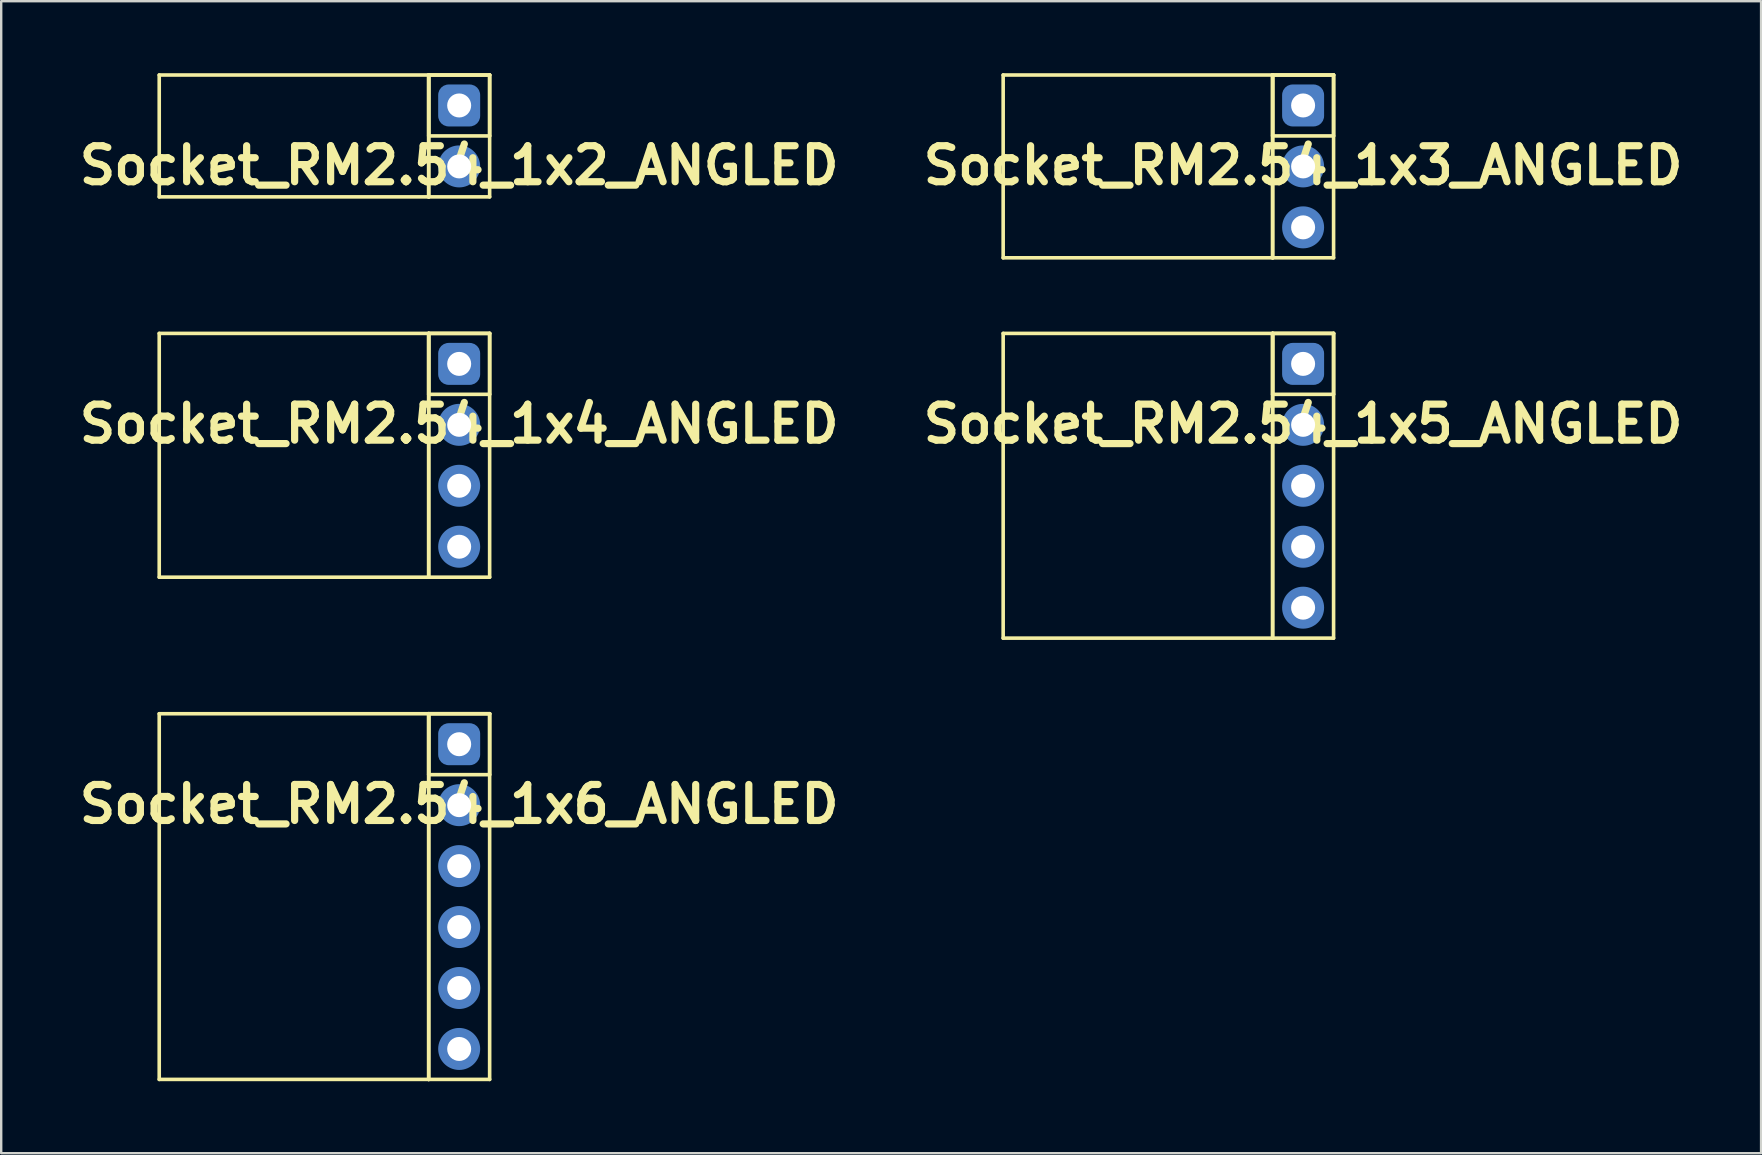
<source format=kicad_pcb>
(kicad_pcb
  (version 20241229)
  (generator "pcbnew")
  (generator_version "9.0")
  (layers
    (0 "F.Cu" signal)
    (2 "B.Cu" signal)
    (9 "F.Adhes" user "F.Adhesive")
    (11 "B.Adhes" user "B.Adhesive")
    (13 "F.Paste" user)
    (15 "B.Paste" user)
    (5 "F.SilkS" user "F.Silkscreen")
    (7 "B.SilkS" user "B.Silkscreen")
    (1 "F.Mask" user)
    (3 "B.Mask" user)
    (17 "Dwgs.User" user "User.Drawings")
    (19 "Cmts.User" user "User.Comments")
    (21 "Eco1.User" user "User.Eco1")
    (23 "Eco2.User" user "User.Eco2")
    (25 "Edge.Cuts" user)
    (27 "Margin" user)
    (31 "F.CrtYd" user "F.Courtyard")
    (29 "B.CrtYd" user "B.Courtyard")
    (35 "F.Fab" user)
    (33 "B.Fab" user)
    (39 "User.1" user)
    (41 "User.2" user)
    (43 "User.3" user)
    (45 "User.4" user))
  (footprint "Socket_RM2.54_1x4_ANGLED"
    (layer "F.Cu")
    (at 16.086 12.115)
    (property "Reference" "Socket_RM2.54_1x4_ANGLED" (at 0 2.5 0) (layer "F.SilkS") (effects (font (size 1.5 1.5) (thickness 0.3))))
    (attr through_hole)
    (fp_line (start -12.5 -1.27) (end -1.27 -1.27) (stroke (width 0.15) (type solid)) (layer "F.SilkS"))
    (fp_line (start -12.5 8.89) (end -12.5 -1.27) (stroke (width 0.15) (type solid)) (layer "F.SilkS"))
    (fp_line (start -1.27 -1.27) (end -1.27 8.89) (stroke (width 0.15) (type solid)) (layer "F.SilkS"))
    (fp_line (start -1.27 -1.27) (end 1.27 -1.27) (stroke (width 0.15) (type solid)) (layer "F.SilkS"))
    (fp_line (start -1.27 -1.27) (end 1.27 -1.27) (stroke (width 0.15) (type solid)) (layer "F.SilkS"))
    (fp_line (start -1.27 1.27) (end -1.27 -1.27) (stroke (width 0.15) (type solid)) (layer "F.SilkS"))
    (fp_line (start -1.27 8.89) (end -12.5 8.89) (stroke (width 0.15) (type solid)) (layer "F.SilkS"))
    (fp_line (start -1.27 8.89) (end -1.27 -1.27) (stroke (width 0.15) (type solid)) (layer "F.SilkS"))
    (fp_line (start 1.27 -1.27) (end 1.27 1.27) (stroke (width 0.15) (type solid)) (layer "F.SilkS"))
    (fp_line (start 1.27 -1.27) (end 1.27 8.89) (stroke (width 0.15) (type solid)) (layer "F.SilkS"))
    (fp_line (start 1.27 1.27) (end -1.27 1.27) (stroke (width 0.15) (type solid)) (layer "F.SilkS"))
    (fp_line (start 1.27 8.89) (end -1.27 8.89) (stroke (width 0.15) (type solid)) (layer "F.SilkS"))
    (pad "1" thru_hole circle (at 0 0) (size 1.3 1.3) (drill 1) (layers "*.Cu" "*.Mask"))
    (pad "1" smd roundrect (at 0 0) (size 1.5 1.5) (layers "F.Cu" "F.Mask") (roundrect_rratio 0.25))
    (pad "1" smd roundrect (at 0 0) (size 1.75 1.75) (layers "B.Cu" "B.Mask") (roundrect_rratio 0.25))
    (pad "2" thru_hole circle (at 0 2.54) (size 1.3 1.3) (drill 1) (layers "*.Cu" "*.Mask"))
    (pad "2" smd circle (at 0 2.54) (size 1.5 1.5) (layers "F.Cu" "F.Mask"))
    (pad "2" smd circle (at 0 2.54) (size 1.75 1.75) (layers "B.Cu" "B.Mask"))
    (pad "3" thru_hole circle (at 0 5.08) (size 1.3 1.3) (drill 1) (layers "*.Cu" "*.Mask"))
    (pad "3" smd circle (at 0 5.08) (size 1.5 1.5) (layers "F.Cu" "F.Mask"))
    (pad "3" smd circle (at 0 5.08) (size 1.75 1.75) (layers "B.Cu" "B.Mask"))
    (pad "4" thru_hole circle (at 0 7.62) (size 1.3 1.3) (drill 1) (layers "*.Cu" "*.Mask"))
    (pad "4" smd circle (at 0 7.62) (size 1.5 1.5) (layers "F.Cu" "F.Mask"))
    (pad "4" smd circle (at 0 7.62) (size 1.75 1.75) (layers "B.Cu" "B.Mask")))
  (footprint "Socket_RM2.54_1x6_ANGLED"
    (layer "F.Cu")
    (at 16.086 27.965)
    (property "Reference" "Socket_RM2.54_1x6_ANGLED" (at 0 2.5 0) (layer "F.SilkS") (effects (font (size 1.5 1.5) (thickness 0.3))))
    (attr through_hole)
    (fp_line (start -12.5 -1.27) (end -1.27 -1.27) (stroke (width 0.15) (type solid)) (layer "F.SilkS"))
    (fp_line (start -12.5 13.97) (end -12.5 -1.27) (stroke (width 0.15) (type solid)) (layer "F.SilkS"))
    (fp_line (start -1.27 -1.27) (end -1.27 13.97) (stroke (width 0.15) (type solid)) (layer "F.SilkS"))
    (fp_line (start -1.27 -1.27) (end 1.27 -1.27) (stroke (width 0.15) (type solid)) (layer "F.SilkS"))
    (fp_line (start -1.27 -1.27) (end 1.27 -1.27) (stroke (width 0.15) (type solid)) (layer "F.SilkS"))
    (fp_line (start -1.27 1.27) (end -1.27 -1.27) (stroke (width 0.15) (type solid)) (layer "F.SilkS"))
    (fp_line (start -1.27 13.97) (end -12.5 13.97) (stroke (width 0.15) (type solid)) (layer "F.SilkS"))
    (fp_line (start -1.27 13.97) (end -1.27 -1.27) (stroke (width 0.15) (type solid)) (layer "F.SilkS"))
    (fp_line (start 1.27 -1.27) (end 1.27 1.27) (stroke (width 0.15) (type solid)) (layer "F.SilkS"))
    (fp_line (start 1.27 -1.27) (end 1.27 13.97) (stroke (width 0.15) (type solid)) (layer "F.SilkS"))
    (fp_line (start 1.27 1.27) (end -1.27 1.27) (stroke (width 0.15) (type solid)) (layer "F.SilkS"))
    (fp_line (start 1.27 13.97) (end -1.27 13.97) (stroke (width 0.15) (type solid)) (layer "F.SilkS"))
    (pad "1" thru_hole circle (at 0 0) (size 1.3 1.3) (drill 1) (layers "*.Cu" "*.Mask"))
    (pad "1" smd roundrect (at 0 0) (size 1.5 1.5) (layers "F.Cu" "F.Mask") (roundrect_rratio 0.25))
    (pad "1" smd roundrect (at 0 0) (size 1.75 1.75) (layers "B.Cu" "B.Mask") (roundrect_rratio 0.25))
    (pad "2" thru_hole circle (at 0 2.54) (size 1.3 1.3) (drill 1) (layers "*.Cu" "*.Mask"))
    (pad "2" smd circle (at 0 2.54) (size 1.5 1.5) (layers "F.Cu" "F.Mask"))
    (pad "2" smd circle (at 0 2.54) (size 1.75 1.75) (layers "B.Cu" "B.Mask"))
    (pad "3" thru_hole circle (at 0 5.08) (size 1.3 1.3) (drill 1) (layers "*.Cu" "*.Mask"))
    (pad "3" smd circle (at 0 5.08) (size 1.5 1.5) (layers "F.Cu" "F.Mask"))
    (pad "3" smd circle (at 0 5.08) (size 1.75 1.75) (layers "B.Cu" "B.Mask"))
    (pad "4" thru_hole circle (at 0 7.62) (size 1.3 1.3) (drill 1) (layers "*.Cu" "*.Mask"))
    (pad "4" smd circle (at 0 7.62) (size 1.5 1.5) (layers "F.Cu" "F.Mask"))
    (pad "4" smd circle (at 0 7.62) (size 1.75 1.75) (layers "B.Cu" "B.Mask"))
    (pad "5" thru_hole circle (at 0 10.16) (size 1.3 1.3) (drill 1) (layers "*.Cu" "*.Mask"))
    (pad "5" smd circle (at 0 10.16) (size 1.5 1.5) (layers "F.Cu" "F.Mask"))
    (pad "5" smd circle (at 0 10.16) (size 1.75 1.75) (layers "B.Cu" "B.Mask"))
    (pad "6" thru_hole circle (at 0 12.7) (size 1.3 1.3) (drill 1) (layers "*.Cu" "*.Mask"))
    (pad "6" smd circle (at 0 12.7) (size 1.5 1.5) (layers "F.Cu" "F.Mask"))
    (pad "6" smd circle (at 0 12.7) (size 1.75 1.75) (layers "B.Cu" "B.Mask")))
  (footprint "Socket_RM2.54_1x2_ANGLED"
    (layer "F.Cu")
    (at 16.086 1.345)
    (property "Reference" "Socket_RM2.54_1x2_ANGLED" (at 0 2.5 0) (layer "F.SilkS") (effects (font (size 1.5 1.5) (thickness 0.3))))
    (attr through_hole)
    (fp_line (start -12.5 -1.27) (end -1.27 -1.27) (stroke (width 0.15) (type solid)) (layer "F.SilkS"))
    (fp_line (start -12.5 3.81) (end -12.5 -1.27) (stroke (width 0.15) (type solid)) (layer "F.SilkS"))
    (fp_line (start -1.27 -1.27) (end -1.27 3.81) (stroke (width 0.15) (type solid)) (layer "F.SilkS"))
    (fp_line (start -1.27 -1.27) (end 1.27 -1.27) (stroke (width 0.15) (type solid)) (layer "F.SilkS"))
    (fp_line (start -1.27 -1.27) (end 1.27 -1.27) (stroke (width 0.15) (type solid)) (layer "F.SilkS"))
    (fp_line (start -1.27 1.27) (end -1.27 -1.27) (stroke (width 0.15) (type solid)) (layer "F.SilkS"))
    (fp_line (start -1.27 3.81) (end -12.5 3.81) (stroke (width 0.15) (type solid)) (layer "F.SilkS"))
    (fp_line (start -1.27 3.81) (end -1.27 -1.27) (stroke (width 0.15) (type solid)) (layer "F.SilkS"))
    (fp_line (start 1.27 -1.27) (end 1.27 1.27) (stroke (width 0.15) (type solid)) (layer "F.SilkS"))
    (fp_line (start 1.27 -1.27) (end 1.27 3.81) (stroke (width 0.15) (type solid)) (layer "F.SilkS"))
    (fp_line (start 1.27 1.27) (end -1.27 1.27) (stroke (width 0.15) (type solid)) (layer "F.SilkS"))
    (fp_line (start 1.27 3.81) (end -1.27 3.81) (stroke (width 0.15) (type solid)) (layer "F.SilkS"))
    (pad "1" thru_hole circle (at 0 0) (size 1.3 1.3) (drill 1) (layers "*.Cu" "*.Mask"))
    (pad "1" smd roundrect (at 0 0) (size 1.5 1.5) (layers "F.Cu" "F.Mask") (roundrect_rratio 0.25))
    (pad "1" smd roundrect (at 0 0) (size 1.75 1.75) (layers "B.Cu" "B.Mask") (roundrect_rratio 0.25))
    (pad "2" thru_hole circle (at 0 2.54) (size 1.3 1.3) (drill 1) (layers "*.Cu" "*.Mask"))
    (pad "2" smd circle (at 0 2.54) (size 1.5 1.5) (layers "F.Cu" "F.Mask"))
    (pad "2" smd circle (at 0 2.54) (size 1.75 1.75) (layers "B.Cu" "B.Mask")))
  (footprint "Socket_RM2.54_1x3_ANGLED"
    (layer "F.Cu")
    (at 51.257 1.345)
    (property "Reference" "Socket_RM2.54_1x3_ANGLED" (at 0 2.5 0) (layer "F.SilkS") (effects (font (size 1.5 1.5) (thickness 0.3))))
    (attr through_hole)
    (fp_line (start -12.5 -1.27) (end -1.27 -1.27) (stroke (width 0.15) (type solid)) (layer "F.SilkS"))
    (fp_line (start -12.5 6.35) (end -12.5 -1.27) (stroke (width 0.15) (type solid)) (layer "F.SilkS"))
    (fp_line (start -1.27 -1.27) (end -1.27 6.35) (stroke (width 0.15) (type solid)) (layer "F.SilkS"))
    (fp_line (start -1.27 -1.27) (end 1.27 -1.27) (stroke (width 0.15) (type solid)) (layer "F.SilkS"))
    (fp_line (start -1.27 -1.27) (end 1.27 -1.27) (stroke (width 0.15) (type solid)) (layer "F.SilkS"))
    (fp_line (start -1.27 1.27) (end -1.27 -1.27) (stroke (width 0.15) (type solid)) (layer "F.SilkS"))
    (fp_line (start -1.27 6.35) (end -12.5 6.35) (stroke (width 0.15) (type solid)) (layer "F.SilkS"))
    (fp_line (start -1.27 6.35) (end -1.27 -1.27) (stroke (width 0.15) (type solid)) (layer "F.SilkS"))
    (fp_line (start 1.27 -1.27) (end 1.27 1.27) (stroke (width 0.15) (type solid)) (layer "F.SilkS"))
    (fp_line (start 1.27 -1.27) (end 1.27 6.35) (stroke (width 0.15) (type solid)) (layer "F.SilkS"))
    (fp_line (start 1.27 1.27) (end -1.27 1.27) (stroke (width 0.15) (type solid)) (layer "F.SilkS"))
    (fp_line (start 1.27 6.35) (end -1.27 6.35) (stroke (width 0.15) (type solid)) (layer "F.SilkS"))
    (pad "1" thru_hole circle (at 0 0) (size 1.3 1.3) (drill 1) (layers "*.Cu" "*.Mask"))
    (pad "1" smd roundrect (at 0 0) (size 1.5 1.5) (layers "F.Cu" "F.Mask") (roundrect_rratio 0.25))
    (pad "1" smd roundrect (at 0 0) (size 1.75 1.75) (layers "B.Cu" "B.Mask") (roundrect_rratio 0.25))
    (pad "2" thru_hole circle (at 0 2.54) (size 1.3 1.3) (drill 1) (layers "*.Cu" "*.Mask"))
    (pad "2" smd circle (at 0 2.54) (size 1.5 1.5) (layers "F.Cu" "F.Mask"))
    (pad "2" smd circle (at 0 2.54) (size 1.75 1.75) (layers "B.Cu" "B.Mask"))
    (pad "3" thru_hole circle (at 0 5.08) (size 1.3 1.3) (drill 1) (layers "*.Cu" "*.Mask"))
    (pad "3" smd circle (at 0 5.08) (size 1.5 1.5) (layers "F.Cu" "F.Mask"))
    (pad "3" smd circle (at 0 5.08) (size 1.75 1.75) (layers "B.Cu" "B.Mask")))
  (footprint "Socket_RM2.54_1x5_ANGLED"
    (layer "F.Cu")
    (at 51.257 12.115)
    (property "Reference" "Socket_RM2.54_1x5_ANGLED" (at 0 2.5 0) (layer "F.SilkS") (effects (font (size 1.5 1.5) (thickness 0.3))))
    (attr through_hole)
    (fp_line (start -12.5 -1.27) (end -1.27 -1.27) (stroke (width 0.15) (type solid)) (layer "F.SilkS"))
    (fp_line (start -12.5 11.43) (end -12.5 -1.27) (stroke (width 0.15) (type solid)) (layer "F.SilkS"))
    (fp_line (start -1.27 -1.27) (end -1.27 11.43) (stroke (width 0.15) (type solid)) (layer "F.SilkS"))
    (fp_line (start -1.27 -1.27) (end 1.27 -1.27) (stroke (width 0.15) (type solid)) (layer "F.SilkS"))
    (fp_line (start -1.27 -1.27) (end 1.27 -1.27) (stroke (width 0.15) (type solid)) (layer "F.SilkS"))
    (fp_line (start -1.27 1.27) (end -1.27 -1.27) (stroke (width 0.15) (type solid)) (layer "F.SilkS"))
    (fp_line (start -1.27 11.43) (end -12.5 11.43) (stroke (width 0.15) (type solid)) (layer "F.SilkS"))
    (fp_line (start -1.27 11.43) (end -1.27 -1.27) (stroke (width 0.15) (type solid)) (layer "F.SilkS"))
    (fp_line (start 1.27 -1.27) (end 1.27 1.27) (stroke (width 0.15) (type solid)) (layer "F.SilkS"))
    (fp_line (start 1.27 -1.27) (end 1.27 11.43) (stroke (width 0.15) (type solid)) (layer "F.SilkS"))
    (fp_line (start 1.27 1.27) (end -1.27 1.27) (stroke (width 0.15) (type solid)) (layer "F.SilkS"))
    (fp_line (start 1.27 11.43) (end -1.27 11.43) (stroke (width 0.15) (type solid)) (layer "F.SilkS"))
    (pad "1" thru_hole circle (at 0 0) (size 1.3 1.3) (drill 1) (layers "*.Cu" "*.Mask"))
    (pad "1" smd roundrect (at 0 0) (size 1.5 1.5) (layers "F.Cu" "F.Mask") (roundrect_rratio 0.25))
    (pad "1" smd roundrect (at 0 0) (size 1.75 1.75) (layers "B.Cu" "B.Mask") (roundrect_rratio 0.25))
    (pad "2" thru_hole circle (at 0 2.54) (size 1.3 1.3) (drill 1) (layers "*.Cu" "*.Mask"))
    (pad "2" smd circle (at 0 2.54) (size 1.5 1.5) (layers "F.Cu" "F.Mask"))
    (pad "2" smd circle (at 0 2.54) (size 1.75 1.75) (layers "B.Cu" "B.Mask"))
    (pad "3" thru_hole circle (at 0 5.08) (size 1.3 1.3) (drill 1) (layers "*.Cu" "*.Mask"))
    (pad "3" smd circle (at 0 5.08) (size 1.5 1.5) (layers "F.Cu" "F.Mask"))
    (pad "3" smd circle (at 0 5.08) (size 1.75 1.75) (layers "B.Cu" "B.Mask"))
    (pad "4" thru_hole circle (at 0 7.62) (size 1.3 1.3) (drill 1) (layers "*.Cu" "*.Mask"))
    (pad "4" smd circle (at 0 7.62) (size 1.5 1.5) (layers "F.Cu" "F.Mask"))
    (pad "4" smd circle (at 0 7.62) (size 1.75 1.75) (layers "B.Cu" "B.Mask"))
    (pad "5" thru_hole circle (at 0 10.16) (size 1.3 1.3) (drill 1) (layers "*.Cu" "*.Mask"))
    (pad "5" smd circle (at 0 10.16) (size 1.5 1.5) (layers "F.Cu" "F.Mask"))
    (pad "5" smd circle (at 0 10.16) (size 1.75 1.75) (layers "B.Cu" "B.Mask")))
  (gr_rect
    (start -3 -3)
    (end 70.343 45.01)
    (stroke (width 0.1) (type default))
    (fill no)
    (layer "Edge.Cuts")))
</source>
